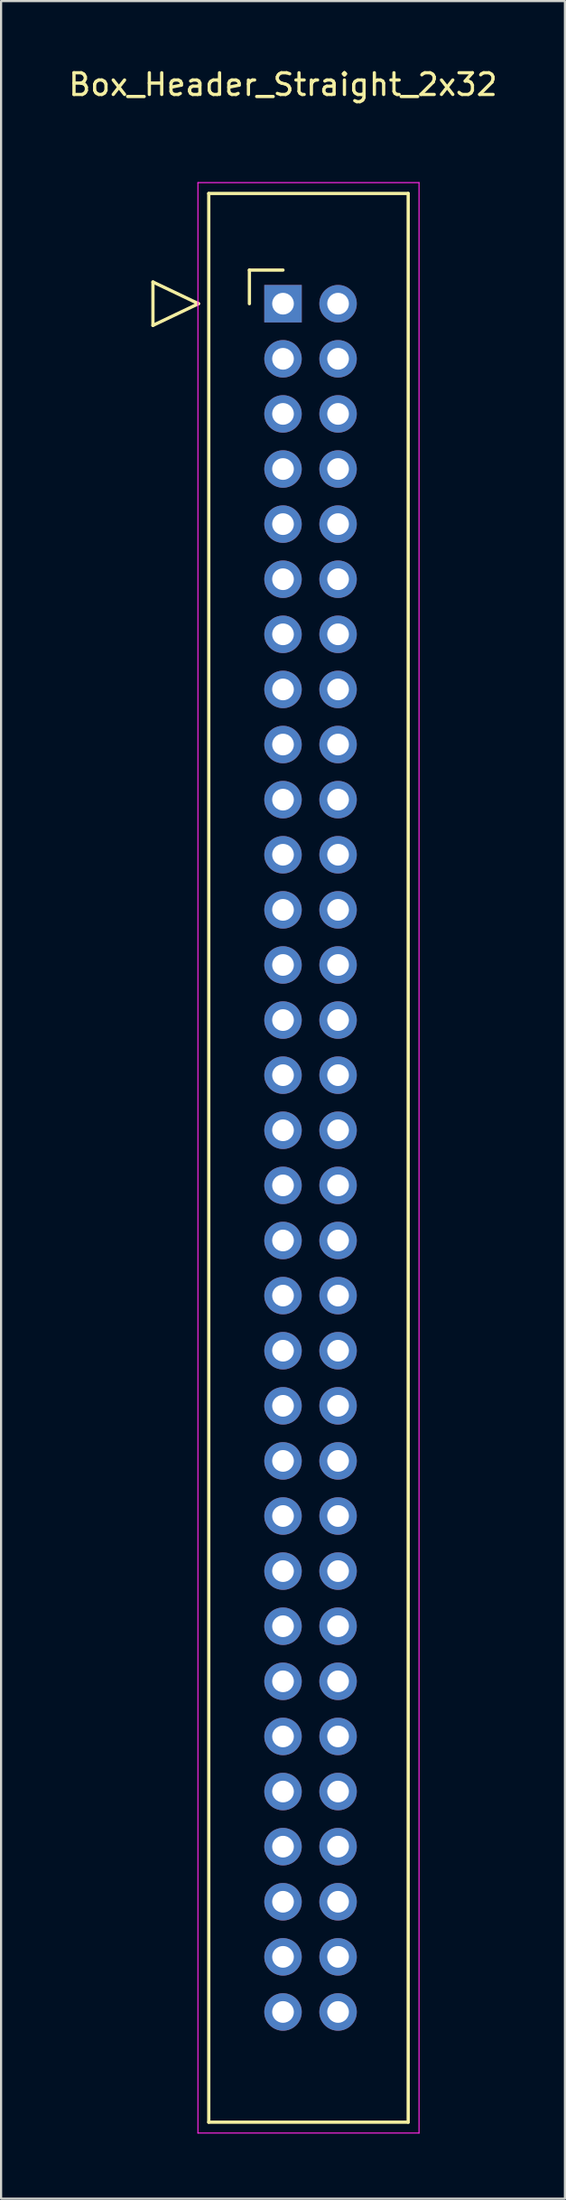
<source format=kicad_pcb>
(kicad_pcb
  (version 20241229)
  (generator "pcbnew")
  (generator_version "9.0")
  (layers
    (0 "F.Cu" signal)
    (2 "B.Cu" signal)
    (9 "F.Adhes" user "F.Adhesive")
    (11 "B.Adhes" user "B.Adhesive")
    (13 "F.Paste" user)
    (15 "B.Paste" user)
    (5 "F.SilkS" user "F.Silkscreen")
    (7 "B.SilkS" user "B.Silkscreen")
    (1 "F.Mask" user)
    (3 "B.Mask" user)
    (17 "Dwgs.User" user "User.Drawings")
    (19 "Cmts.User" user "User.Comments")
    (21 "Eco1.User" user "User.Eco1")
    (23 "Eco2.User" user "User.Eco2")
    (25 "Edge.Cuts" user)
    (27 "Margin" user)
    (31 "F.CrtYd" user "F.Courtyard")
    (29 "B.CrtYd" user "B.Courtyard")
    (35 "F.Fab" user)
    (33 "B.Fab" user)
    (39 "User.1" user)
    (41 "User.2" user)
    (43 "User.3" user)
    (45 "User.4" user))
  (footprint "Box_Header_Straight_2x32"
    (layer "F.Cu")
    (at 10.006 10.948)
    (property "Reference" "Box_Header_Straight_2x32" (at 0 -10.1 0) (layer "F.SilkS") (effects (font (size 1 1) (thickness 0.15))))
    (attr through_hole)
    (fp_line (start -6 -1) (end -3.9 0) (stroke (width 0.15) (type solid)) (layer "F.SilkS"))
    (fp_line (start -6 1) (end -6 -1) (stroke (width 0.15) (type solid)) (layer "F.SilkS"))
    (fp_line (start -3.9 0) (end -6 1) (stroke (width 0.15) (type solid)) (layer "F.SilkS"))
    (fp_line (start -3.425 -5.08) (end -3.425 83.82) (stroke (width 0.15) (type solid)) (layer "F.SilkS"))
    (fp_line (start -3.425 -5.08) (end 5.775 -5.08) (stroke (width 0.15) (type solid)) (layer "F.SilkS"))
    (fp_line (start -3.425 83.82) (end 5.775 83.82) (stroke (width 0.15) (type solid)) (layer "F.SilkS"))
    (fp_line (start -1.55 -1.55) (end -1.55 0) (stroke (width 0.15) (type solid)) (layer "F.SilkS"))
    (fp_line (start -1.55 -1.55) (end 0 -1.55) (stroke (width 0.15) (type solid)) (layer "F.SilkS"))
    (fp_line (start 5.775 -5.08) (end 5.775 83.82) (stroke (width 0.15) (type solid)) (layer "F.SilkS"))
    (fp_line (start -3.925 -5.58) (end -3.925 84.32) (stroke (width 0.05) (type solid)) (layer "F.CrtYd"))
    (fp_line (start -3.925 -5.58) (end 6.275 -5.58) (stroke (width 0.05) (type solid)) (layer "F.CrtYd"))
    (fp_line (start -3.925 84.32) (end 6.275 84.32) (stroke (width 0.05) (type solid)) (layer "F.CrtYd"))
    (fp_line (start 6.275 -5.58) (end 6.275 84.32) (stroke (width 0.05) (type solid)) (layer "F.CrtYd"))
    (pad "1" thru_hole rect (at 0 0) (size 1.727 1.727) (drill 1) (layers "*.Cu" "*.Mask"))
    (pad "2" thru_hole oval (at 2.54 0) (size 1.727 1.727) (drill 1) (layers "*.Cu" "*.Mask"))
    (pad "3" thru_hole oval (at 0 2.54) (size 1.727 1.727) (drill 1) (layers "*.Cu" "*.Mask"))
    (pad "4" thru_hole oval (at 2.54 2.54) (size 1.727 1.727) (drill 1) (layers "*.Cu" "*.Mask"))
    (pad "5" thru_hole oval (at 0 5.08) (size 1.727 1.727) (drill 1) (layers "*.Cu" "*.Mask"))
    (pad "6" thru_hole oval (at 2.54 5.08) (size 1.727 1.727) (drill 1) (layers "*.Cu" "*.Mask"))
    (pad "7" thru_hole oval (at 0 7.62) (size 1.727 1.727) (drill 1) (layers "*.Cu" "*.Mask"))
    (pad "8" thru_hole oval (at 2.54 7.62) (size 1.727 1.727) (drill 1) (layers "*.Cu" "*.Mask"))
    (pad "9" thru_hole oval (at 0 10.16) (size 1.727 1.727) (drill 1) (layers "*.Cu" "*.Mask"))
    (pad "10" thru_hole oval (at 2.54 10.16) (size 1.727 1.727) (drill 1) (layers "*.Cu" "*.Mask"))
    (pad "11" thru_hole oval (at 0 12.7) (size 1.727 1.727) (drill 1) (layers "*.Cu" "*.Mask"))
    (pad "12" thru_hole oval (at 2.54 12.7) (size 1.727 1.727) (drill 1) (layers "*.Cu" "*.Mask"))
    (pad "13" thru_hole oval (at 0 15.24) (size 1.727 1.727) (drill 1) (layers "*.Cu" "*.Mask"))
    (pad "14" thru_hole oval (at 2.54 15.24) (size 1.727 1.727) (drill 1) (layers "*.Cu" "*.Mask"))
    (pad "15" thru_hole oval (at 0 17.78) (size 1.727 1.727) (drill 1) (layers "*.Cu" "*.Mask"))
    (pad "16" thru_hole oval (at 2.54 17.78) (size 1.727 1.727) (drill 1) (layers "*.Cu" "*.Mask"))
    (pad "17" thru_hole oval (at 0 20.32) (size 1.727 1.727) (drill 1) (layers "*.Cu" "*.Mask"))
    (pad "18" thru_hole oval (at 2.54 20.32) (size 1.727 1.727) (drill 1) (layers "*.Cu" "*.Mask"))
    (pad "19" thru_hole oval (at 0 22.86) (size 1.727 1.727) (drill 1) (layers "*.Cu" "*.Mask"))
    (pad "20" thru_hole oval (at 2.54 22.86) (size 1.727 1.727) (drill 1) (layers "*.Cu" "*.Mask"))
    (pad "21" thru_hole oval (at 0 25.4) (size 1.727 1.727) (drill 1) (layers "*.Cu" "*.Mask"))
    (pad "22" thru_hole oval (at 2.54 25.4) (size 1.727 1.727) (drill 1) (layers "*.Cu" "*.Mask"))
    (pad "23" thru_hole oval (at 0 27.94) (size 1.727 1.727) (drill 1) (layers "*.Cu" "*.Mask"))
    (pad "24" thru_hole oval (at 2.54 27.94) (size 1.727 1.727) (drill 1) (layers "*.Cu" "*.Mask"))
    (pad "25" thru_hole oval (at 0 30.48) (size 1.727 1.727) (drill 1) (layers "*.Cu" "*.Mask"))
    (pad "26" thru_hole oval (at 2.54 30.48) (size 1.727 1.727) (drill 1) (layers "*.Cu" "*.Mask"))
    (pad "27" thru_hole oval (at 0 33.02) (size 1.727 1.727) (drill 1) (layers "*.Cu" "*.Mask"))
    (pad "28" thru_hole oval (at 2.54 33.02) (size 1.727 1.727) (drill 1) (layers "*.Cu" "*.Mask"))
    (pad "29" thru_hole oval (at 0 35.56) (size 1.727 1.727) (drill 1) (layers "*.Cu" "*.Mask"))
    (pad "30" thru_hole oval (at 2.54 35.56) (size 1.727 1.727) (drill 1) (layers "*.Cu" "*.Mask"))
    (pad "31" thru_hole oval (at 0 38.1) (size 1.727 1.727) (drill 1) (layers "*.Cu" "*.Mask"))
    (pad "32" thru_hole oval (at 2.54 38.1) (size 1.727 1.727) (drill 1) (layers "*.Cu" "*.Mask"))
    (pad "33" thru_hole oval (at 0 40.64) (size 1.727 1.727) (drill 1) (layers "*.Cu" "*.Mask"))
    (pad "34" thru_hole oval (at 2.54 40.64) (size 1.727 1.727) (drill 1) (layers "*.Cu" "*.Mask"))
    (pad "35" thru_hole oval (at 0 43.18) (size 1.727 1.727) (drill 1) (layers "*.Cu" "*.Mask"))
    (pad "36" thru_hole oval (at 2.54 43.18) (size 1.727 1.727) (drill 1) (layers "*.Cu" "*.Mask"))
    (pad "37" thru_hole oval (at 0 45.72) (size 1.727 1.727) (drill 1) (layers "*.Cu" "*.Mask"))
    (pad "38" thru_hole oval (at 2.54 45.72) (size 1.727 1.727) (drill 1) (layers "*.Cu" "*.Mask"))
    (pad "39" thru_hole oval (at 0 48.26) (size 1.727 1.727) (drill 1) (layers "*.Cu" "*.Mask"))
    (pad "40" thru_hole oval (at 2.54 48.26) (size 1.727 1.727) (drill 1) (layers "*.Cu" "*.Mask"))
    (pad "41" thru_hole oval (at 0 50.8) (size 1.727 1.727) (drill 1) (layers "*.Cu" "*.Mask"))
    (pad "42" thru_hole oval (at 2.54 50.8) (size 1.727 1.727) (drill 1) (layers "*.Cu" "*.Mask"))
    (pad "43" thru_hole oval (at 0 53.34) (size 1.727 1.727) (drill 1) (layers "*.Cu" "*.Mask"))
    (pad "44" thru_hole oval (at 2.54 53.34) (size 1.727 1.727) (drill 1) (layers "*.Cu" "*.Mask"))
    (pad "45" thru_hole oval (at 0 55.88) (size 1.727 1.727) (drill 1) (layers "*.Cu" "*.Mask"))
    (pad "46" thru_hole oval (at 2.54 55.88) (size 1.727 1.727) (drill 1) (layers "*.Cu" "*.Mask"))
    (pad "47" thru_hole oval (at 0 58.42) (size 1.727 1.727) (drill 1) (layers "*.Cu" "*.Mask"))
    (pad "48" thru_hole oval (at 2.54 58.42) (size 1.727 1.727) (drill 1) (layers "*.Cu" "*.Mask"))
    (pad "49" thru_hole oval (at 0 60.96) (size 1.727 1.727) (drill 1) (layers "*.Cu" "*.Mask"))
    (pad "50" thru_hole oval (at 2.54 60.96) (size 1.727 1.727) (drill 1) (layers "*.Cu" "*.Mask"))
    (pad "51" thru_hole oval (at 0 63.5) (size 1.727 1.727) (drill 1) (layers "*.Cu" "*.Mask"))
    (pad "52" thru_hole oval (at 2.54 63.5) (size 1.727 1.727) (drill 1) (layers "*.Cu" "*.Mask"))
    (pad "53" thru_hole oval (at 0 66.04) (size 1.727 1.727) (drill 1) (layers "*.Cu" "*.Mask"))
    (pad "54" thru_hole oval (at 2.54 66.04) (size 1.727 1.727) (drill 1) (layers "*.Cu" "*.Mask"))
    (pad "55" thru_hole oval (at 0 68.58) (size 1.727 1.727) (drill 1) (layers "*.Cu" "*.Mask"))
    (pad "56" thru_hole oval (at 2.54 68.58) (size 1.727 1.727) (drill 1) (layers "*.Cu" "*.Mask"))
    (pad "57" thru_hole oval (at 0 71.12) (size 1.727 1.727) (drill 1) (layers "*.Cu" "*.Mask"))
    (pad "58" thru_hole oval (at 2.54 71.12) (size 1.727 1.727) (drill 1) (layers "*.Cu" "*.Mask"))
    (pad "59" thru_hole oval (at 0 73.66) (size 1.727 1.727) (drill 1) (layers "*.Cu" "*.Mask"))
    (pad "60" thru_hole oval (at 2.54 73.66) (size 1.727 1.727) (drill 1) (layers "*.Cu" "*.Mask"))
    (pad "61" thru_hole oval (at 0 76.2) (size 1.727 1.727) (drill 1) (layers "*.Cu" "*.Mask"))
    (pad "62" thru_hole oval (at 2.54 76.2) (size 1.727 1.727) (drill 1) (layers "*.Cu" "*.Mask"))
    (pad "63" thru_hole oval (at 0 78.74) (size 1.727 1.727) (drill 1) (layers "*.Cu" "*.Mask"))
    (pad "64" thru_hole oval (at 2.54 78.74) (size 1.727 1.727) (drill 1) (layers "*.Cu" "*.Mask")))
  (gr_rect
    (start -3 -3)
    (end 23.012 98.293)
    (stroke (width 0.1) (type default))
    (fill no)
    (layer "Edge.Cuts")))
</source>
